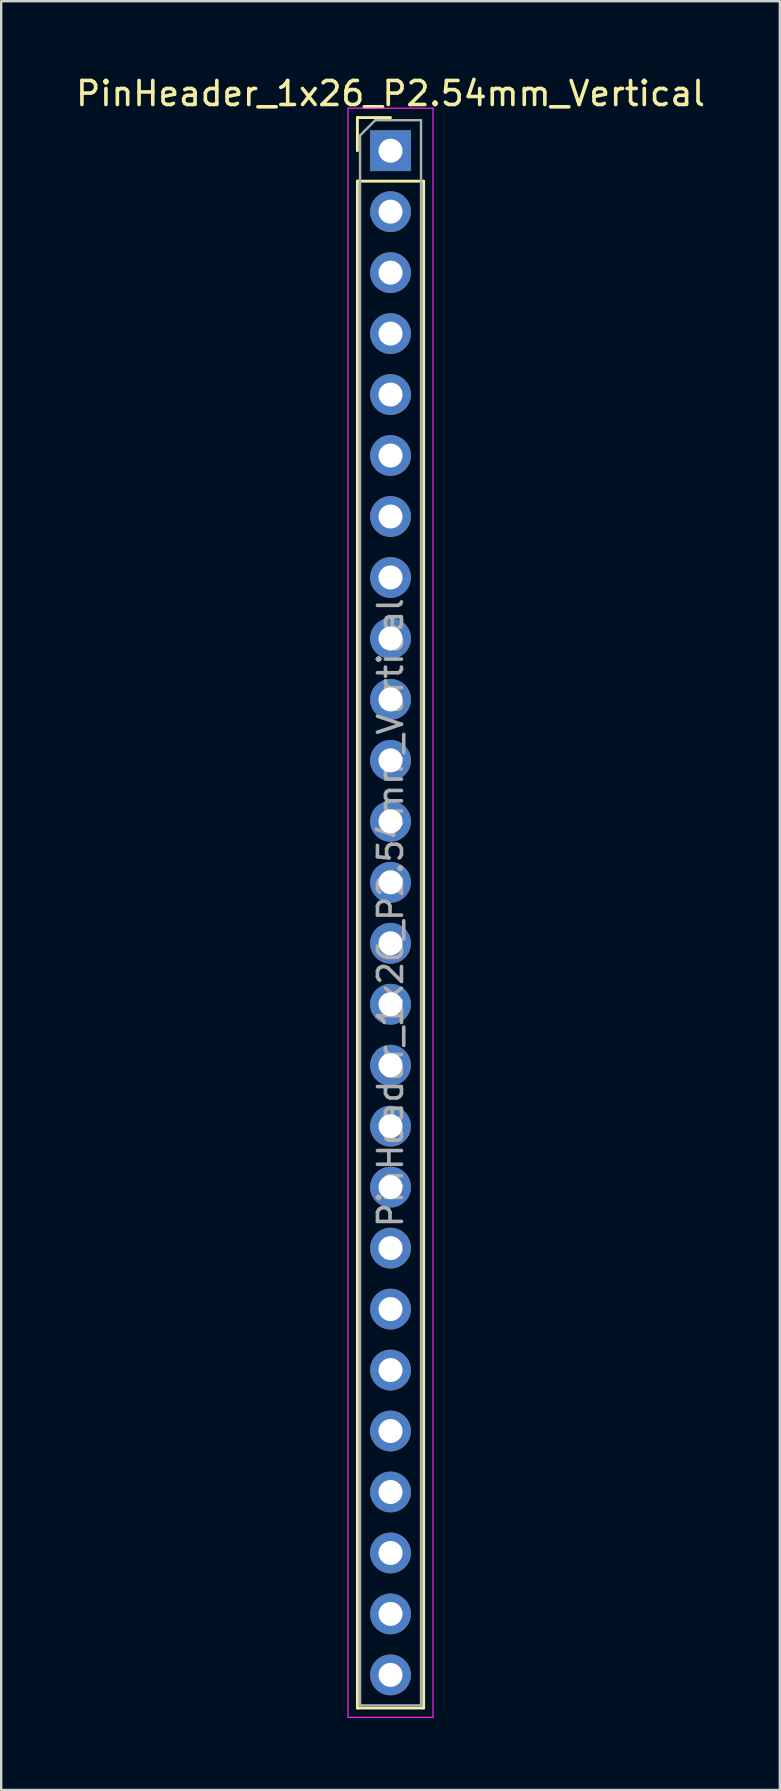
<source format=kicad_pcb>
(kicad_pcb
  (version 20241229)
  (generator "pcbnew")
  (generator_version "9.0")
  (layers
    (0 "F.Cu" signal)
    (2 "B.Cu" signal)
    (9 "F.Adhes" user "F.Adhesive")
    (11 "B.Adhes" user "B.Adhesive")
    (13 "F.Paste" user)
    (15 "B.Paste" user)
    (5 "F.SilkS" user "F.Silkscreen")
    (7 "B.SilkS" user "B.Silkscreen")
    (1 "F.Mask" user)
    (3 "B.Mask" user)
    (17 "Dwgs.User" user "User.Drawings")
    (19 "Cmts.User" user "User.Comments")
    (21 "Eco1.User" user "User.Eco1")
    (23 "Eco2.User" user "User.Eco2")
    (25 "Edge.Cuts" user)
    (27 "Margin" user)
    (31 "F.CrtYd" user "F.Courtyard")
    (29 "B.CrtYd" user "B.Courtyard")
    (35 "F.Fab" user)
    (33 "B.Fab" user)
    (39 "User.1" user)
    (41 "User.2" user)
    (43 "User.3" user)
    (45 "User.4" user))
  (footprint "PinHeader_1x26_P2.54mm_Vertical"
    (layer "F.Cu")
    (at 13.22 3.228)
    (property "Reference" "PinHeader_1x26_P2.54mm_Vertical" (at 0 -2.38 0) (layer "F.SilkS") (effects (font (size 1 1) (thickness 0.15))))
    (attr through_hole)
    (fp_line (start -1.38 -1.38) (end 0 -1.38) (stroke (width 0.12) (type solid)) (layer "F.SilkS"))
    (fp_line (start -1.38 0) (end -1.38 -1.38) (stroke (width 0.12) (type solid)) (layer "F.SilkS"))
    (fp_line (start -1.38 1.27) (end -1.38 64.88) (stroke (width 0.12) (type solid)) (layer "F.SilkS"))
    (fp_line (start -1.38 1.27) (end 1.38 1.27) (stroke (width 0.12) (type solid)) (layer "F.SilkS"))
    (fp_line (start -1.38 64.88) (end 1.38 64.88) (stroke (width 0.12) (type solid)) (layer "F.SilkS"))
    (fp_line (start 1.38 1.27) (end 1.38 64.88) (stroke (width 0.12) (type solid)) (layer "F.SilkS"))
    (fp_line (start -1.77 -1.77) (end -1.77 65.27) (stroke (width 0.05) (type solid)) (layer "F.CrtYd"))
    (fp_line (start -1.77 65.27) (end 1.77 65.27) (stroke (width 0.05) (type solid)) (layer "F.CrtYd"))
    (fp_line (start 1.77 -1.77) (end -1.77 -1.77) (stroke (width 0.05) (type solid)) (layer "F.CrtYd"))
    (fp_line (start 1.77 65.27) (end 1.77 -1.77) (stroke (width 0.05) (type solid)) (layer "F.CrtYd"))
    (fp_line (start -1.27 -0.635) (end -0.635 -1.27) (stroke (width 0.1) (type solid)) (layer "F.Fab"))
    (fp_line (start -1.27 64.77) (end -1.27 -0.635) (stroke (width 0.1) (type solid)) (layer "F.Fab"))
    (fp_line (start -0.635 -1.27) (end 1.27 -1.27) (stroke (width 0.1) (type solid)) (layer "F.Fab"))
    (fp_line (start 1.27 -1.27) (end 1.27 64.77) (stroke (width 0.1) (type solid)) (layer "F.Fab"))
    (fp_line (start 1.27 64.77) (end -1.27 64.77) (stroke (width 0.1) (type solid)) (layer "F.Fab"))
    (fp_text user "${REFERENCE}" (at 0 31.75 90) (layer "F.Fab") (effects (font (size 1 1) (thickness 0.15))))
    (pad "1" thru_hole rect (at 0 0) (size 1.7 1.7) (drill 1) (layers "*.Cu" "*.Mask"))
    (pad "2" thru_hole circle (at 0 2.54) (size 1.7 1.7) (drill 1) (layers "*.Cu" "*.Mask"))
    (pad "3" thru_hole circle (at 0 5.08) (size 1.7 1.7) (drill 1) (layers "*.Cu" "*.Mask"))
    (pad "4" thru_hole circle (at 0 7.62) (size 1.7 1.7) (drill 1) (layers "*.Cu" "*.Mask"))
    (pad "5" thru_hole circle (at 0 10.16) (size 1.7 1.7) (drill 1) (layers "*.Cu" "*.Mask"))
    (pad "6" thru_hole circle (at 0 12.7) (size 1.7 1.7) (drill 1) (layers "*.Cu" "*.Mask"))
    (pad "7" thru_hole circle (at 0 15.24) (size 1.7 1.7) (drill 1) (layers "*.Cu" "*.Mask"))
    (pad "8" thru_hole circle (at 0 17.78) (size 1.7 1.7) (drill 1) (layers "*.Cu" "*.Mask"))
    (pad "9" thru_hole circle (at 0 20.32) (size 1.7 1.7) (drill 1) (layers "*.Cu" "*.Mask"))
    (pad "10" thru_hole circle (at 0 22.86) (size 1.7 1.7) (drill 1) (layers "*.Cu" "*.Mask"))
    (pad "11" thru_hole circle (at 0 25.4) (size 1.7 1.7) (drill 1) (layers "*.Cu" "*.Mask"))
    (pad "12" thru_hole circle (at 0 27.94) (size 1.7 1.7) (drill 1) (layers "*.Cu" "*.Mask"))
    (pad "13" thru_hole circle (at 0 30.48) (size 1.7 1.7) (drill 1) (layers "*.Cu" "*.Mask"))
    (pad "14" thru_hole circle (at 0 33.02) (size 1.7 1.7) (drill 1) (layers "*.Cu" "*.Mask"))
    (pad "15" thru_hole circle (at 0 35.56) (size 1.7 1.7) (drill 1) (layers "*.Cu" "*.Mask"))
    (pad "16" thru_hole circle (at 0 38.1) (size 1.7 1.7) (drill 1) (layers "*.Cu" "*.Mask"))
    (pad "17" thru_hole circle (at 0 40.64) (size 1.7 1.7) (drill 1) (layers "*.Cu" "*.Mask"))
    (pad "18" thru_hole circle (at 0 43.18) (size 1.7 1.7) (drill 1) (layers "*.Cu" "*.Mask"))
    (pad "19" thru_hole circle (at 0 45.72) (size 1.7 1.7) (drill 1) (layers "*.Cu" "*.Mask"))
    (pad "20" thru_hole circle (at 0 48.26) (size 1.7 1.7) (drill 1) (layers "*.Cu" "*.Mask"))
    (pad "21" thru_hole circle (at 0 50.8) (size 1.7 1.7) (drill 1) (layers "*.Cu" "*.Mask"))
    (pad "22" thru_hole circle (at 0 53.34) (size 1.7 1.7) (drill 1) (layers "*.Cu" "*.Mask"))
    (pad "23" thru_hole circle (at 0 55.88) (size 1.7 1.7) (drill 1) (layers "*.Cu" "*.Mask"))
    (pad "24" thru_hole circle (at 0 58.42) (size 1.7 1.7) (drill 1) (layers "*.Cu" "*.Mask"))
    (pad "25" thru_hole circle (at 0 60.96) (size 1.7 1.7) (drill 1) (layers "*.Cu" "*.Mask"))
    (pad "26" thru_hole circle (at 0 63.5) (size 1.7 1.7) (drill 1) (layers "*.Cu" "*.Mask")))
  (gr_rect
    (start -3 -3)
    (end 29.44 71.523)
    (stroke (width 0.1) (type default))
    (fill no)
    (layer "Edge.Cuts")))
</source>
